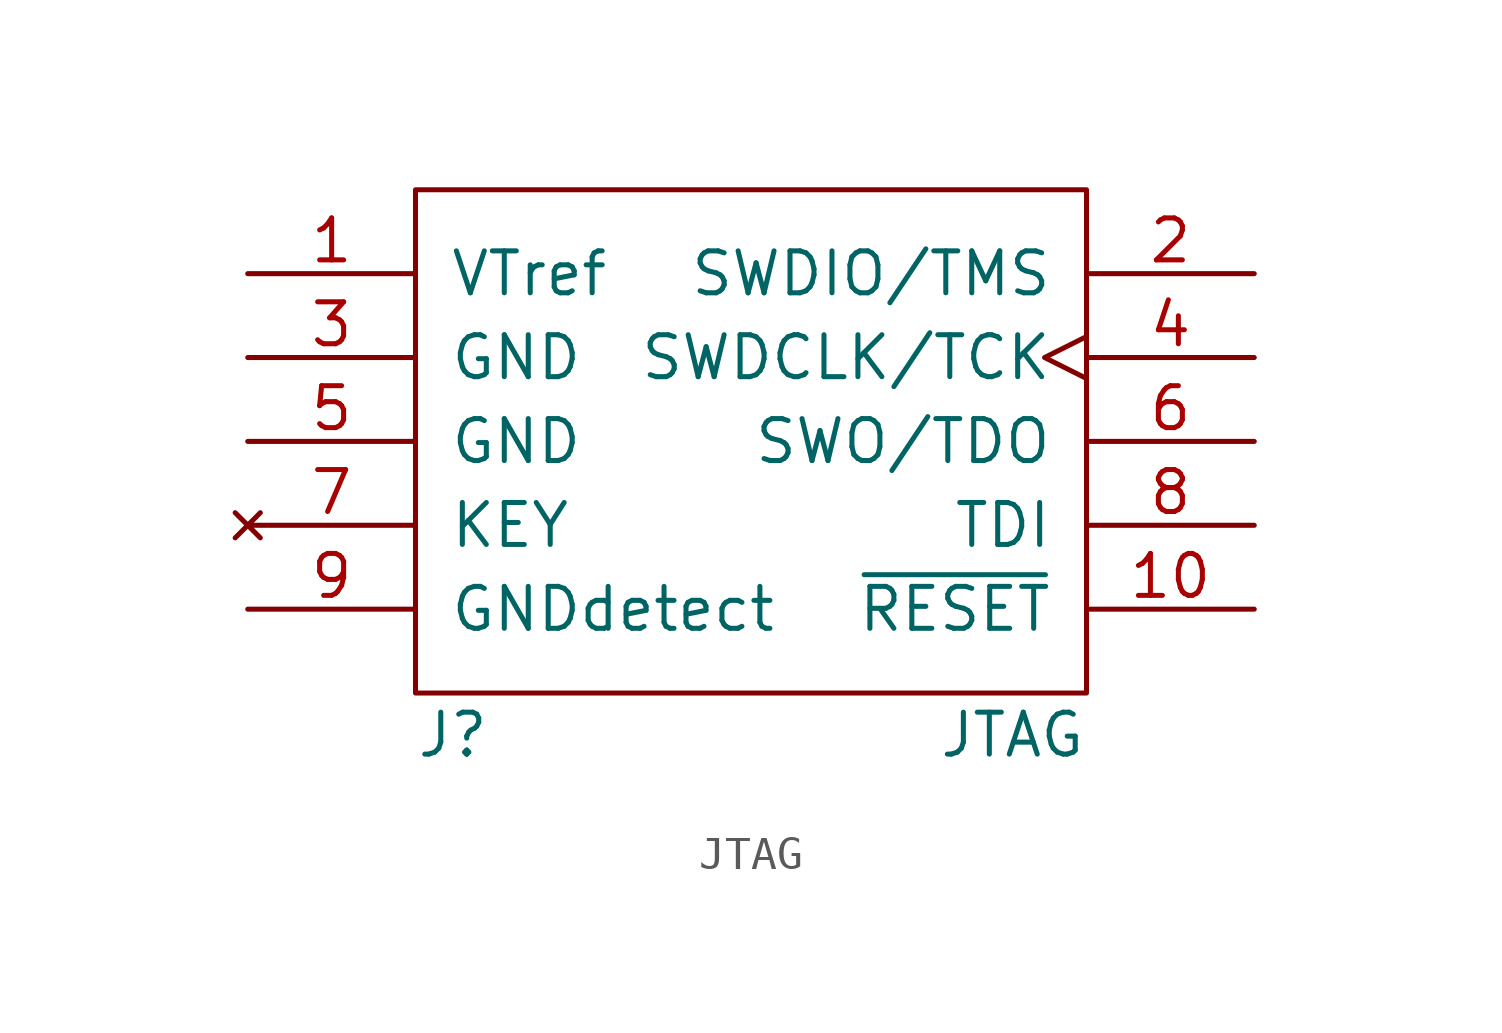
<source format=kicad_sym>
(kicad_symbol_lib
  (version 20211014)
  (generator kicad_symbol_editor)
  (symbol "JTAG"
    (pin_names
      (offset 1.016))
    (property "Reference" "J"
      (at -10.16 -8.89 0)
      (effects (font (size 1.27 1.27)) (justify left)))
    (property "Value" "JTAG"
      (at 10.16 -8.89 0)
      (effects (font (size 1.27 1.27)) (justify right)))
    (symbol "JTAG_0_1"
      (rectangle (start -10.16 7.62) (end 10.16 -7.62) (stroke (width 0) (type default) (color 0 0 0 0)) (fill (type none))))
    (symbol "JTAG_1_1"
      (pin passive line (at -15.24 5.08 0) (length 5.08) (name "VTref" (effects (font (size 1.27 1.27)))) (number "1" (effects (font (size 1.27 1.27)))))
      (pin open_collector line (at 15.24 -5.08 180) (length 5.08) (name "~{RESET}" (effects (font (size 1.27 1.27)))) (number "10" (effects (font (size 1.27 1.27)))))
      (pin bidirectional line (at 15.24 5.08 180) (length 5.08) (name "SWDIO/TMS" (effects (font (size 1.27 1.27)))) (number "2" (effects (font (size 1.27 1.27)))))
      (pin power_in line (at -15.24 2.54 0) (length 5.08) (name "GND" (effects (font (size 1.27 1.27)))) (number "3" (effects (font (size 1.27 1.27)))))
      (pin output clock (at 15.24 2.54 180) (length 5.08) (name "SWDCLK/TCK" (effects (font (size 1.27 1.27)))) (number "4" (effects (font (size 1.27 1.27)))))
      (pin power_in line (at -15.24 0 0) (length 5.08) (name "GND" (effects (font (size 1.27 1.27)))) (number "5" (effects (font (size 1.27 1.27)))))
      (pin input line (at 15.24 0 180) (length 5.08) (name "SWO/TDO" (effects (font (size 1.27 1.27)))) (number "6" (effects (font (size 1.27 1.27)))))
      (pin no_connect line (at -15.24 -2.54 0) (length 5.08) (name "KEY" (effects (font (size 1.27 1.27)))) (number "7" (effects (font (size 1.27 1.27)))))
      (pin output line (at 15.24 -2.54 180) (length 5.08) (name "TDI" (effects (font (size 1.27 1.27)))) (number "8" (effects (font (size 1.27 1.27)))))
      (pin passive line (at -15.24 -5.08 0) (length 5.08) (name "GNDdetect" (effects (font (size 1.27 1.27)))) (number "9" (effects (font (size 1.27 1.27))))))))
</source>
